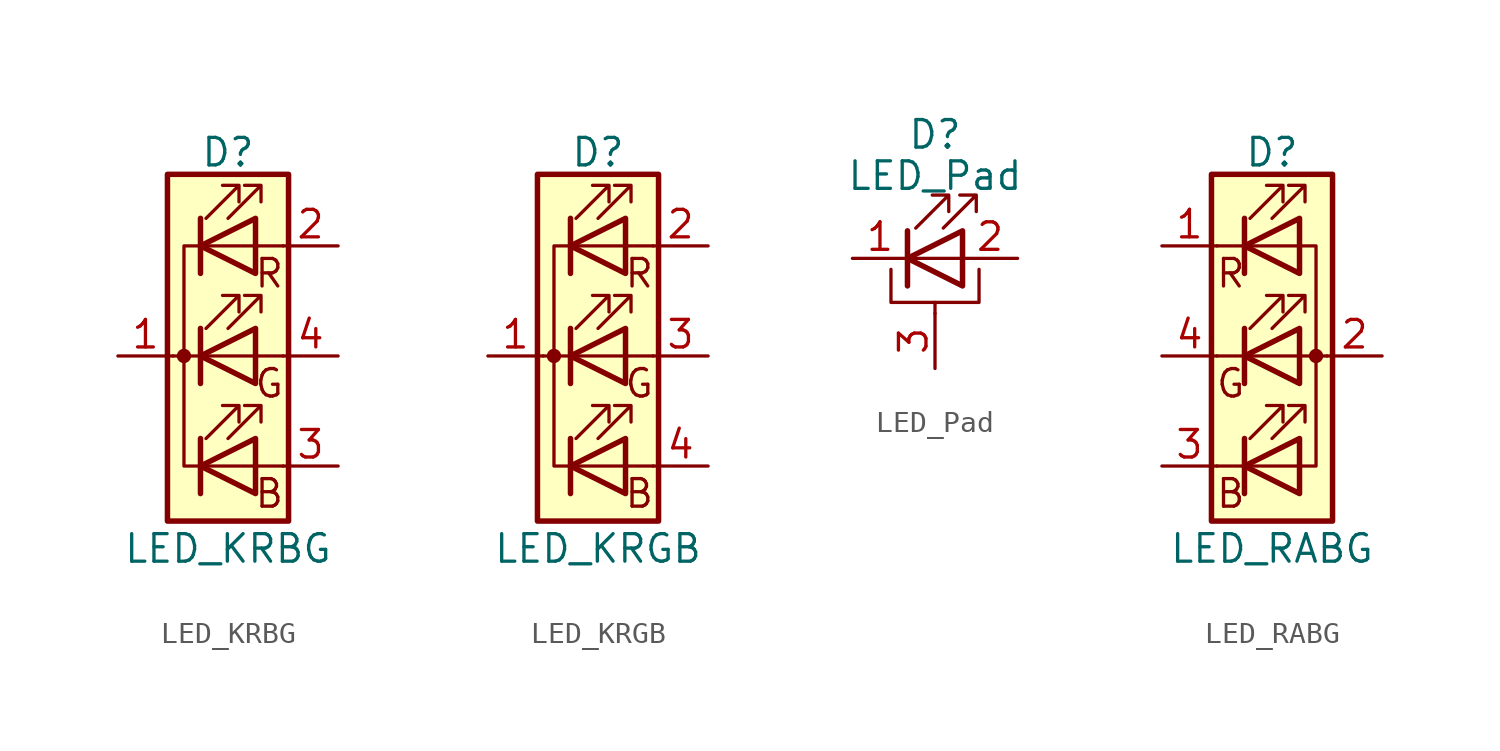
<source format=kicad_sym>
(kicad_symbol_lib
  (version 20241209)
  (generator "kicad_symbol_editor")
  (generator_version "9.0")
  (symbol "LED_KRBG"
    (pin_names
      (offset 0)
      (hide yes))
    (property "Reference" "D"
      (at 0 9.398 0)
      (effects (font (size 1.27 1.27))))
    (property "Value" "LED_KRBG"
      (at 0 -8.89 0)
      (effects (font (size 1.27 1.27))))
    (symbol "LED_KRBG_0_0"
      (text "R" (at 1.905 3.81 0) (effects (font (size 1.27 1.27))))
      (text "G" (at 1.905 -1.27 0) (effects (font (size 1.27 1.27))))
      (text "B" (at 1.905 -6.35 0) (effects (font (size 1.27 1.27)))))
    (symbol "LED_KRBG_0_1"
      (circle (center -2.032 0) (radius 0.254) (stroke (width 0) (type solid)) (fill (type outline)))
      (polyline (pts (xy -1.27 6.35) (xy -1.27 3.81)) (stroke (width 0.254) (type solid)) (fill (type none)))
      (polyline (pts (xy -1.27 6.35) (xy -1.27 3.81) (xy -1.27 3.81)) (stroke (width 0) (type solid)) (fill (type none)))
      (polyline (pts (xy -1.27 5.08) (xy 1.27 5.08)) (stroke (width 0) (type solid)) (fill (type none)))
      (polyline (pts (xy -1.27 5.08) (xy -2.032 5.08) (xy -2.032 -5.08) (xy -1.016 -5.08)) (stroke (width 0) (type solid)) (fill (type none)))
      (polyline (pts (xy -1.27 1.27) (xy -1.27 -1.27)) (stroke (width 0.254) (type solid)) (fill (type none)))
      (polyline (pts (xy -1.27 1.27) (xy -1.27 -1.27) (xy -1.27 -1.27)) (stroke (width 0) (type solid)) (fill (type none)))
      (polyline (pts (xy -1.27 0) (xy -2.54 0)) (stroke (width 0) (type solid)) (fill (type none)))
      (polyline (pts (xy -1.27 -3.81) (xy -1.27 -6.35)) (stroke (width 0.254) (type solid)) (fill (type none)))
      (polyline (pts (xy -1.27 -5.08) (xy 1.27 -5.08)) (stroke (width 0) (type solid)) (fill (type none)))
      (polyline (pts (xy -1.016 6.35) (xy 0.508 7.874) (xy -0.254 7.874) (xy 0.508 7.874) (xy 0.508 7.112)) (stroke (width 0) (type solid)) (fill (type none)))
      (polyline (pts (xy -1.016 1.27) (xy 0.508 2.794) (xy -0.254 2.794) (xy 0.508 2.794) (xy 0.508 2.032)) (stroke (width 0) (type solid)) (fill (type none)))
      (polyline (pts (xy -1.016 -3.81) (xy 0.508 -2.286) (xy -0.254 -2.286) (xy 0.508 -2.286) (xy 0.508 -3.048)) (stroke (width 0) (type solid)) (fill (type none)))
      (polyline (pts (xy 0 6.35) (xy 1.524 7.874) (xy 0.762 7.874) (xy 1.524 7.874) (xy 1.524 7.112)) (stroke (width 0) (type solid)) (fill (type none)))
      (polyline (pts (xy 0 1.27) (xy 1.524 2.794) (xy 0.762 2.794) (xy 1.524 2.794) (xy 1.524 2.032)) (stroke (width 0) (type solid)) (fill (type none)))
      (polyline (pts (xy 0 -3.81) (xy 1.524 -2.286) (xy 0.762 -2.286) (xy 1.524 -2.286) (xy 1.524 -3.048)) (stroke (width 0) (type solid)) (fill (type none)))
      (polyline (pts (xy 1.27 6.35) (xy 1.27 3.81) (xy -1.27 5.08) (xy 1.27 6.35)) (stroke (width 0.254) (type solid)) (fill (type none)))
      (rectangle (start 1.27 6.35) (end 1.27 6.35) (stroke (width 0) (type solid)) (fill (type none)))
      (polyline (pts (xy 1.27 5.08) (xy 2.54 5.08)) (stroke (width 0) (type solid)) (fill (type none)))
      (rectangle (start 1.27 3.81) (end 1.27 6.35) (stroke (width 0) (type solid)) (fill (type none)))
      (polyline (pts (xy 1.27 1.27) (xy 1.27 -1.27) (xy -1.27 0) (xy 1.27 1.27)) (stroke (width 0.254) (type solid)) (fill (type none)))
      (rectangle (start 1.27 1.27) (end 1.27 1.27) (stroke (width 0) (type solid)) (fill (type none)))
      (polyline (pts (xy 1.27 0) (xy -1.27 0)) (stroke (width 0) (type solid)) (fill (type none)))
      (polyline (pts (xy 1.27 0) (xy 2.54 0)) (stroke (width 0) (type solid)) (fill (type none)))
      (rectangle (start 1.27 -1.27) (end 1.27 1.27) (stroke (width 0) (type solid)) (fill (type none)))
      (polyline (pts (xy 1.27 -3.81) (xy 1.27 -6.35) (xy -1.27 -5.08) (xy 1.27 -3.81)) (stroke (width 0.254) (type solid)) (fill (type none)))
      (polyline (pts (xy 1.27 -5.08) (xy 2.54 -5.08)) (stroke (width 0) (type solid)) (fill (type none)))
      (rectangle (start 2.794 8.382) (end -2.794 -7.62) (stroke (width 0.254) (type solid)) (fill (type background))))
    (symbol "LED_KRBG_1_1"
      (pin passive line (at -5.08 0 0) (length 2.54) (name "K" (effects (font (size 1.27 1.27)))) (number "1" (effects (font (size 1.27 1.27)))))
      (pin passive line (at 5.08 5.08 180) (length 2.54) (name "RA" (effects (font (size 1.27 1.27)))) (number "2" (effects (font (size 1.27 1.27)))))
      (pin passive line (at 5.08 0 180) (length 2.54) (name "GA" (effects (font (size 1.27 1.27)))) (number "4" (effects (font (size 1.27 1.27)))))
      (pin passive line (at 5.08 -5.08 180) (length 2.54) (name "BA" (effects (font (size 1.27 1.27)))) (number "3" (effects (font (size 1.27 1.27)))))))
  (symbol "LED_KRGB"
    (pin_names
      (offset 0)
      (hide yes))
    (property "Reference" "D"
      (at 0 9.398 0)
      (effects (font (size 1.27 1.27))))
    (property "Value" "LED_KRGB"
      (at 0 -8.89 0)
      (effects (font (size 1.27 1.27))))
    (symbol "LED_KRGB_0_0"
      (text "R" (at 1.905 3.81 0) (effects (font (size 1.27 1.27))))
      (text "G" (at 1.905 -1.27 0) (effects (font (size 1.27 1.27))))
      (text "B" (at 1.905 -6.35 0) (effects (font (size 1.27 1.27)))))
    (symbol "LED_KRGB_0_1"
      (circle (center -2.032 0) (radius 0.254) (stroke (width 0) (type solid)) (fill (type outline)))
      (polyline (pts (xy -1.27 6.35) (xy -1.27 3.81)) (stroke (width 0.254) (type solid)) (fill (type none)))
      (polyline (pts (xy -1.27 6.35) (xy -1.27 3.81) (xy -1.27 3.81)) (stroke (width 0) (type solid)) (fill (type none)))
      (polyline (pts (xy -1.27 5.08) (xy 1.27 5.08)) (stroke (width 0) (type solid)) (fill (type none)))
      (polyline (pts (xy -1.27 5.08) (xy -2.032 5.08) (xy -2.032 -5.08) (xy -1.016 -5.08)) (stroke (width 0) (type solid)) (fill (type none)))
      (polyline (pts (xy -1.27 1.27) (xy -1.27 -1.27)) (stroke (width 0.254) (type solid)) (fill (type none)))
      (polyline (pts (xy -1.27 1.27) (xy -1.27 -1.27) (xy -1.27 -1.27)) (stroke (width 0) (type solid)) (fill (type none)))
      (polyline (pts (xy -1.27 0) (xy -2.54 0)) (stroke (width 0) (type solid)) (fill (type none)))
      (polyline (pts (xy -1.27 -3.81) (xy -1.27 -6.35)) (stroke (width 0.254) (type solid)) (fill (type none)))
      (polyline (pts (xy -1.27 -5.08) (xy 1.27 -5.08)) (stroke (width 0) (type solid)) (fill (type none)))
      (polyline (pts (xy -1.016 6.35) (xy 0.508 7.874) (xy -0.254 7.874) (xy 0.508 7.874) (xy 0.508 7.112)) (stroke (width 0) (type solid)) (fill (type none)))
      (polyline (pts (xy -1.016 1.27) (xy 0.508 2.794) (xy -0.254 2.794) (xy 0.508 2.794) (xy 0.508 2.032)) (stroke (width 0) (type solid)) (fill (type none)))
      (polyline (pts (xy -1.016 -3.81) (xy 0.508 -2.286) (xy -0.254 -2.286) (xy 0.508 -2.286) (xy 0.508 -3.048)) (stroke (width 0) (type solid)) (fill (type none)))
      (polyline (pts (xy 0 6.35) (xy 1.524 7.874) (xy 0.762 7.874) (xy 1.524 7.874) (xy 1.524 7.112)) (stroke (width 0) (type solid)) (fill (type none)))
      (polyline (pts (xy 0 1.27) (xy 1.524 2.794) (xy 0.762 2.794) (xy 1.524 2.794) (xy 1.524 2.032)) (stroke (width 0) (type solid)) (fill (type none)))
      (polyline (pts (xy 0 -3.81) (xy 1.524 -2.286) (xy 0.762 -2.286) (xy 1.524 -2.286) (xy 1.524 -3.048)) (stroke (width 0) (type solid)) (fill (type none)))
      (polyline (pts (xy 1.27 6.35) (xy 1.27 3.81) (xy -1.27 5.08) (xy 1.27 6.35)) (stroke (width 0.254) (type solid)) (fill (type none)))
      (rectangle (start 1.27 6.35) (end 1.27 6.35) (stroke (width 0) (type solid)) (fill (type none)))
      (polyline (pts (xy 1.27 5.08) (xy 2.54 5.08)) (stroke (width 0) (type solid)) (fill (type none)))
      (rectangle (start 1.27 3.81) (end 1.27 6.35) (stroke (width 0) (type solid)) (fill (type none)))
      (polyline (pts (xy 1.27 1.27) (xy 1.27 -1.27) (xy -1.27 0) (xy 1.27 1.27)) (stroke (width 0.254) (type solid)) (fill (type none)))
      (rectangle (start 1.27 1.27) (end 1.27 1.27) (stroke (width 0) (type solid)) (fill (type none)))
      (polyline (pts (xy 1.27 0) (xy -1.27 0)) (stroke (width 0) (type solid)) (fill (type none)))
      (polyline (pts (xy 1.27 0) (xy 2.54 0)) (stroke (width 0) (type solid)) (fill (type none)))
      (rectangle (start 1.27 -1.27) (end 1.27 1.27) (stroke (width 0) (type solid)) (fill (type none)))
      (polyline (pts (xy 1.27 -3.81) (xy 1.27 -6.35) (xy -1.27 -5.08) (xy 1.27 -3.81)) (stroke (width 0.254) (type solid)) (fill (type none)))
      (polyline (pts (xy 1.27 -5.08) (xy 2.54 -5.08)) (stroke (width 0) (type solid)) (fill (type none)))
      (rectangle (start 2.794 8.382) (end -2.794 -7.62) (stroke (width 0.254) (type solid)) (fill (type background))))
    (symbol "LED_KRGB_1_1"
      (pin passive line (at -5.08 0 0) (length 2.54) (name "K" (effects (font (size 1.27 1.27)))) (number "1" (effects (font (size 1.27 1.27)))))
      (pin passive line (at 5.08 5.08 180) (length 2.54) (name "RA" (effects (font (size 1.27 1.27)))) (number "2" (effects (font (size 1.27 1.27)))))
      (pin passive line (at 5.08 0 180) (length 2.54) (name "GA" (effects (font (size 1.27 1.27)))) (number "3" (effects (font (size 1.27 1.27)))))
      (pin passive line (at 5.08 -5.08 180) (length 2.54) (name "BA" (effects (font (size 1.27 1.27)))) (number "4" (effects (font (size 1.27 1.27)))))))
  (symbol "LED_Pad"
    (pin_names
      (offset 1.016)
      (hide yes))
    (property "Reference" "D"
      (at 0 5.715 0)
      (effects (font (size 1.27 1.27))))
    (property "Value" "LED_Pad"
      (at 0 3.81 0)
      (effects (font (size 1.27 1.27))))
    (symbol "LED_Pad_0_1"
      (polyline (pts (xy -2.032 -0.508) (xy -2.032 -2.032) (xy 2.032 -2.032) (xy 2.032 -0.508)) (stroke (width 0) (type solid)) (fill (type none)))
      (polyline (pts (xy -1.27 0) (xy 1.27 0)) (stroke (width 0) (type solid)) (fill (type none)))
      (polyline (pts (xy -1.27 -1.27) (xy -1.27 1.27)) (stroke (width 0.254) (type solid)) (fill (type none)))
      (polyline (pts (xy -0.889 1.397) (xy 0.635 2.921) (xy -0.127 2.921) (xy 0.635 2.921) (xy 0.635 2.159)) (stroke (width 0) (type solid)) (fill (type none)))
      (polyline (pts (xy 0 -2.54) (xy 0 -2.032)) (stroke (width 0) (type solid)) (fill (type none)))
      (polyline (pts (xy 0.381 1.397) (xy 1.905 2.921) (xy 1.143 2.921) (xy 1.905 2.921) (xy 1.905 2.159)) (stroke (width 0) (type solid)) (fill (type none)))
      (polyline (pts (xy 1.27 -1.27) (xy 1.27 1.27) (xy -1.27 0) (xy 1.27 -1.27)) (stroke (width 0.254) (type solid)) (fill (type none))))
    (symbol "LED_Pad_1_1"
      (pin passive line (at -3.81 0 0) (length 2.54) (name "K" (effects (font (size 1.27 1.27)))) (number "1" (effects (font (size 1.27 1.27)))))
      (pin passive line (at 0 -5.08 90) (length 2.54) (name "PAD" (effects (font (size 1.27 1.27)))) (number "3" (effects (font (size 1.27 1.27)))))
      (pin passive line (at 3.81 0 180) (length 2.54) (name "A" (effects (font (size 1.27 1.27)))) (number "2" (effects (font (size 1.27 1.27)))))))
  (symbol "LED_RABG"
    (pin_names
      (offset 0)
      (hide yes))
    (property "Reference" "D"
      (at 0 9.398 0)
      (effects (font (size 1.27 1.27))))
    (property "Value" "LED_RABG"
      (at 0 -8.89 0)
      (effects (font (size 1.27 1.27))))
    (symbol "LED_RABG_0_0"
      (text "R" (at -1.905 3.81 0) (effects (font (size 1.27 1.27))))
      (text "G" (at -1.905 -1.27 0) (effects (font (size 1.27 1.27))))
      (text "B" (at -1.905 -6.35 0) (effects (font (size 1.27 1.27)))))
    (symbol "LED_RABG_0_1"
      (polyline (pts (xy -1.27 6.35) (xy -1.27 3.81)) (stroke (width 0.254) (type solid)) (fill (type none)))
      (polyline (pts (xy -1.27 6.35) (xy -1.27 3.81) (xy -1.27 3.81)) (stroke (width 0) (type solid)) (fill (type none)))
      (polyline (pts (xy -1.27 5.08) (xy -2.54 5.08)) (stroke (width 0) (type solid)) (fill (type none)))
      (polyline (pts (xy -1.27 5.08) (xy 1.27 5.08)) (stroke (width 0) (type solid)) (fill (type none)))
      (polyline (pts (xy -1.27 1.27) (xy -1.27 -1.27)) (stroke (width 0.254) (type solid)) (fill (type none)))
      (polyline (pts (xy -1.27 1.27) (xy -1.27 -1.27) (xy -1.27 -1.27)) (stroke (width 0) (type solid)) (fill (type none)))
      (polyline (pts (xy -1.27 0) (xy -2.54 0)) (stroke (width 0) (type solid)) (fill (type none)))
      (polyline (pts (xy -1.27 -3.81) (xy -1.27 -6.35)) (stroke (width 0.254) (type solid)) (fill (type none)))
      (polyline (pts (xy -1.27 -5.08) (xy -2.54 -5.08)) (stroke (width 0) (type solid)) (fill (type none)))
      (polyline (pts (xy -1.27 -5.08) (xy 1.27 -5.08)) (stroke (width 0) (type solid)) (fill (type none)))
      (polyline (pts (xy -1.016 6.35) (xy 0.508 7.874) (xy -0.254 7.874) (xy 0.508 7.874) (xy 0.508 7.112)) (stroke (width 0) (type solid)) (fill (type none)))
      (polyline (pts (xy -1.016 1.27) (xy 0.508 2.794) (xy -0.254 2.794) (xy 0.508 2.794) (xy 0.508 2.032)) (stroke (width 0) (type solid)) (fill (type none)))
      (polyline (pts (xy -1.016 -3.81) (xy 0.508 -2.286) (xy -0.254 -2.286) (xy 0.508 -2.286) (xy 0.508 -3.048)) (stroke (width 0) (type solid)) (fill (type none)))
      (polyline (pts (xy 0 6.35) (xy 1.524 7.874) (xy 0.762 7.874) (xy 1.524 7.874) (xy 1.524 7.112)) (stroke (width 0) (type solid)) (fill (type none)))
      (polyline (pts (xy 0 1.27) (xy 1.524 2.794) (xy 0.762 2.794) (xy 1.524 2.794) (xy 1.524 2.032)) (stroke (width 0) (type solid)) (fill (type none)))
      (polyline (pts (xy 0 -3.81) (xy 1.524 -2.286) (xy 0.762 -2.286) (xy 1.524 -2.286) (xy 1.524 -3.048)) (stroke (width 0) (type solid)) (fill (type none)))
      (polyline (pts (xy 1.27 6.35) (xy 1.27 3.81) (xy -1.27 5.08) (xy 1.27 6.35)) (stroke (width 0.254) (type solid)) (fill (type none)))
      (rectangle (start 1.27 6.35) (end 1.27 6.35) (stroke (width 0) (type solid)) (fill (type none)))
      (rectangle (start 1.27 3.81) (end 1.27 6.35) (stroke (width 0) (type solid)) (fill (type none)))
      (polyline (pts (xy 1.27 1.27) (xy 1.27 -1.27) (xy -1.27 0) (xy 1.27 1.27)) (stroke (width 0.254) (type solid)) (fill (type none)))
      (rectangle (start 1.27 1.27) (end 1.27 1.27) (stroke (width 0) (type solid)) (fill (type none)))
      (polyline (pts (xy 1.27 0) (xy -1.27 0)) (stroke (width 0) (type solid)) (fill (type none)))
      (polyline (pts (xy 1.27 0) (xy 2.54 0)) (stroke (width 0) (type solid)) (fill (type none)))
      (rectangle (start 1.27 -1.27) (end 1.27 1.27) (stroke (width 0) (type solid)) (fill (type none)))
      (polyline (pts (xy 1.27 -3.81) (xy 1.27 -6.35) (xy -1.27 -5.08) (xy 1.27 -3.81)) (stroke (width 0.254) (type solid)) (fill (type none)))
      (polyline (pts (xy 1.27 -5.08) (xy 2.032 -5.08) (xy 2.032 5.08) (xy 1.27 5.08)) (stroke (width 0) (type solid)) (fill (type none)))
      (circle (center 2.032 0) (radius 0.254) (stroke (width 0) (type solid)) (fill (type outline)))
      (rectangle (start 2.794 8.382) (end -2.794 -7.62) (stroke (width 0.254) (type solid)) (fill (type background))))
    (symbol "LED_RABG_1_1"
      (pin passive line (at -5.08 5.08 0) (length 2.54) (name "RK" (effects (font (size 1.27 1.27)))) (number "1" (effects (font (size 1.27 1.27)))))
      (pin passive line (at -5.08 0 0) (length 2.54) (name "GK" (effects (font (size 1.27 1.27)))) (number "4" (effects (font (size 1.27 1.27)))))
      (pin passive line (at -5.08 -5.08 0) (length 2.54) (name "BK" (effects (font (size 1.27 1.27)))) (number "3" (effects (font (size 1.27 1.27)))))
      (pin passive line (at 5.08 0 180) (length 2.54) (name "A" (effects (font (size 1.27 1.27)))) (number "2" (effects (font (size 1.27 1.27))))))))
</source>
